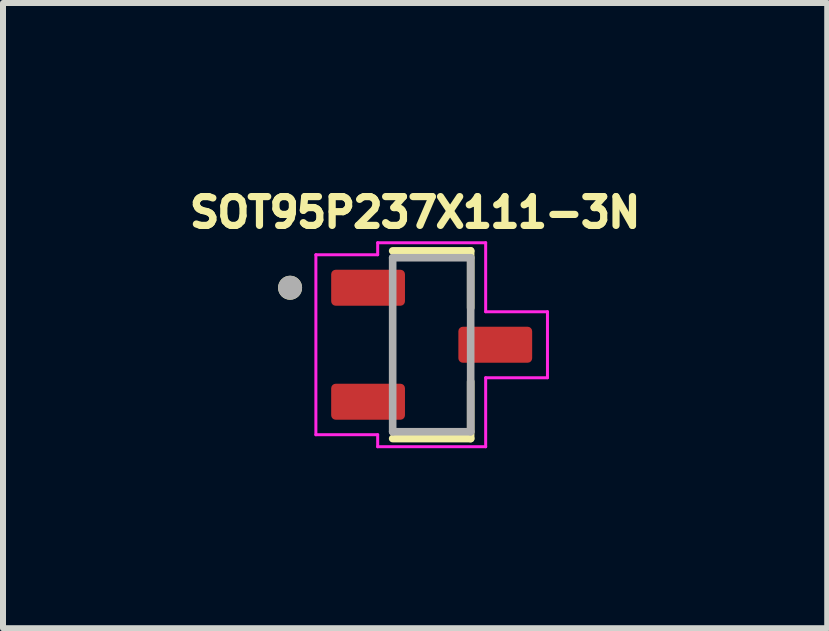
<source format=kicad_pcb>
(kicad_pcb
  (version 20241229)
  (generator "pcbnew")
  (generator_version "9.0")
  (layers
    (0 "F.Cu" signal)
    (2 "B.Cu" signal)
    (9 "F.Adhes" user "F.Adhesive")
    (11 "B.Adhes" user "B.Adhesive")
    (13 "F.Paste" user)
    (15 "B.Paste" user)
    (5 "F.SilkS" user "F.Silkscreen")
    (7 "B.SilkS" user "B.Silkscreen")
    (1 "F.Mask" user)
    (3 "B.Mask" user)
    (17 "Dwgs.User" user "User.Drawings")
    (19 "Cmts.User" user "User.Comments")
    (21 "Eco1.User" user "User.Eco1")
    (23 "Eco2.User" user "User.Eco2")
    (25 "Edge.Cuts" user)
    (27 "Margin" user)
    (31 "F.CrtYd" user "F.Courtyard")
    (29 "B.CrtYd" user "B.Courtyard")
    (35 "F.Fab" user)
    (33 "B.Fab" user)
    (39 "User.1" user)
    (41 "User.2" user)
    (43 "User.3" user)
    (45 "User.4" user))
  (footprint "SOT95P237X111-3N"
    (layer "F.Cu")
    (at 4.145 2.696)
    (property "Reference" "SOT95P237X111-3N" (at -0.276 -2.205 0) (layer "F.SilkS") (effects (font (size 0.48 0.48) (thickness 0.15))))
    (attr smd)
    (fp_line (start -0.65 -1.564) (end 0.65 -1.564) (stroke (width 0.127) (type solid)) (layer "F.SilkS"))
    (fp_line (start 0.65 -1.564) (end 0.65 -0.614) (stroke (width 0.127) (type solid)) (layer "F.SilkS"))
    (fp_line (start 0.65 1.564) (end -0.65 1.564) (stroke (width 0.127) (type solid)) (layer "F.SilkS"))
    (fp_line (start 0.65 1.564) (end 0.65 0.614) (stroke (width 0.127) (type solid)) (layer "F.SilkS"))
    (fp_circle (center -2.36 -0.95) (end -2.26 -0.95) (stroke (width 0.2) (type solid)) (fill no) (layer "F.SilkS"))
    (fp_line (start -1.93 -1.5) (end -0.9 -1.5) (stroke (width 0.05) (type solid)) (layer "F.CrtYd"))
    (fp_line (start -1.93 1.5) (end -1.93 -1.5) (stroke (width 0.05) (type solid)) (layer "F.CrtYd"))
    (fp_line (start -1.93 1.5) (end -0.9 1.5) (stroke (width 0.05) (type solid)) (layer "F.CrtYd"))
    (fp_line (start -0.9 -1.7) (end 0.9 -1.7) (stroke (width 0.05) (type solid)) (layer "F.CrtYd"))
    (fp_line (start -0.9 -1.5) (end -0.9 -1.7) (stroke (width 0.05) (type solid)) (layer "F.CrtYd"))
    (fp_line (start -0.9 1.7) (end -0.9 1.5) (stroke (width 0.05) (type solid)) (layer "F.CrtYd"))
    (fp_line (start 0.9 -1.7) (end 0.9 -0.55) (stroke (width 0.05) (type solid)) (layer "F.CrtYd"))
    (fp_line (start 0.9 -0.55) (end 1.93 -0.55) (stroke (width 0.05) (type solid)) (layer "F.CrtYd"))
    (fp_line (start 0.9 0.55) (end 0.9 1.7) (stroke (width 0.05) (type solid)) (layer "F.CrtYd"))
    (fp_line (start 0.9 0.55) (end 1.93 0.55) (stroke (width 0.05) (type solid)) (layer "F.CrtYd"))
    (fp_line (start 0.9 1.7) (end -0.9 1.7) (stroke (width 0.05) (type solid)) (layer "F.CrtYd"))
    (fp_line (start 1.93 -0.55) (end 1.93 0.55) (stroke (width 0.05) (type solid)) (layer "F.CrtYd"))
    (fp_line (start -0.65 -1.45) (end 0.65 -1.45) (stroke (width 0.127) (type solid)) (layer "F.Fab"))
    (fp_line (start -0.65 1.45) (end -0.65 -1.45) (stroke (width 0.127) (type solid)) (layer "F.Fab"))
    (fp_line (start 0.65 -1.45) (end 0.65 1.45) (stroke (width 0.127) (type solid)) (layer "F.Fab"))
    (fp_line (start 0.65 1.45) (end -0.65 1.45) (stroke (width 0.127) (type solid)) (layer "F.Fab"))
    (fp_circle (center -2.36 -0.95) (end -2.26 -0.95) (stroke (width 0.2) (type solid)) (fill no) (layer "F.Fab"))
    (pad "1" smd roundrect (at -1.06 -0.95) (size 1.23 0.6) (layers "F.Cu" "F.Mask" "F.Paste") (roundrect_rratio 0.125))
    (pad "2" smd roundrect (at -1.06 0.95) (size 1.23 0.6) (layers "F.Cu" "F.Mask" "F.Paste") (roundrect_rratio 0.125))
    (pad "3" smd roundrect (at 1.06 0) (size 1.23 0.6) (layers "F.Cu" "F.Mask" "F.Paste") (roundrect_rratio 0.125)))
  (gr_rect
    (start -3 -3)
    (end 10.738 7.421)
    (stroke (width 0.1) (type default))
    (fill no)
    (layer "Edge.Cuts")))
</source>
